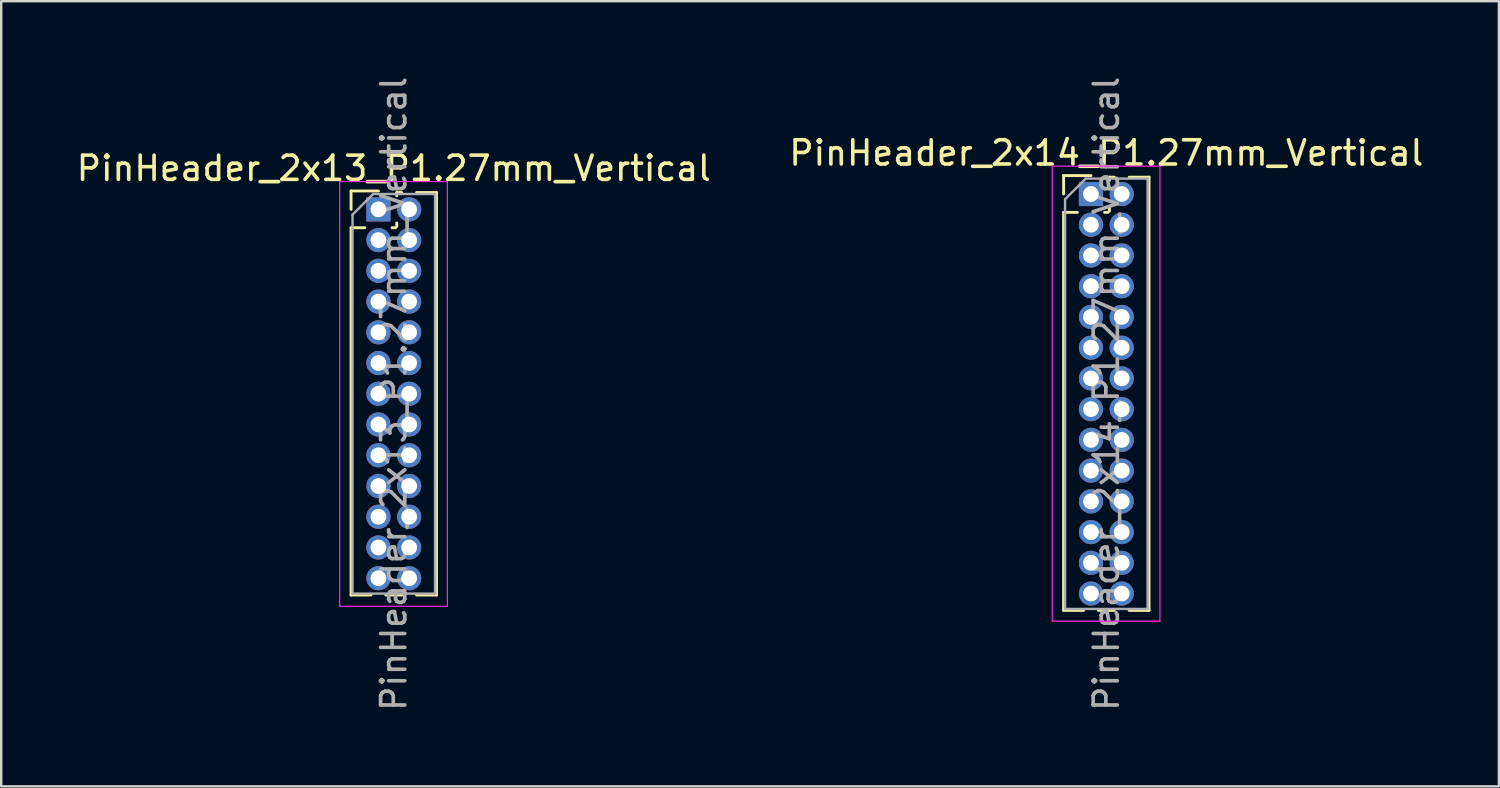
<source format=kicad_pcb>
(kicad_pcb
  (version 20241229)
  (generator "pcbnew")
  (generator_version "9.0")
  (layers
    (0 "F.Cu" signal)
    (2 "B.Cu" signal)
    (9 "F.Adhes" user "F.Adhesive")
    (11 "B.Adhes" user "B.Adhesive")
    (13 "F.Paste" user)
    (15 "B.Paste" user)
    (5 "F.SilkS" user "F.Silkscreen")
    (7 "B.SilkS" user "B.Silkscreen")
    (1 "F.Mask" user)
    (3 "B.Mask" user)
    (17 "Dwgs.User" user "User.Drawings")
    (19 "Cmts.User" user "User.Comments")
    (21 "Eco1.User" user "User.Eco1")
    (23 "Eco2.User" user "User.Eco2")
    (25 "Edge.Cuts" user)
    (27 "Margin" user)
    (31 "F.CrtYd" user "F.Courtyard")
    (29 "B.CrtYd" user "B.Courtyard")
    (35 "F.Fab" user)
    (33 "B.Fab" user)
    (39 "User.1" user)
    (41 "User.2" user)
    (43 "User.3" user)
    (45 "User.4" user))
  (footprint "PinHeader_2x13_P1.27mm_Vertical"
    (layer "F.Cu")
    (at 12.585 5.6)
    (property "Reference" "PinHeader_2x13_P1.27mm_Vertical" (at 0.635 -1.695 0) (layer "F.SilkS") (effects (font (size 1 1) (thickness 0.15))))
    (attr through_hole)
    (fp_line (start -1.13 -0.76) (end 0 -0.76) (stroke (width 0.12) (type solid)) (layer "F.SilkS"))
    (fp_line (start -1.13 0) (end -1.13 -0.76) (stroke (width 0.12) (type solid)) (layer "F.SilkS"))
    (fp_line (start -1.13 0.76) (end -1.13 15.935) (stroke (width 0.12) (type solid)) (layer "F.SilkS"))
    (fp_line (start -1.13 0.76) (end -0.563 0.76) (stroke (width 0.12) (type solid)) (layer "F.SilkS"))
    (fp_line (start -1.13 15.935) (end -0.308 15.935) (stroke (width 0.12) (type solid)) (layer "F.SilkS"))
    (fp_line (start 0.308 15.935) (end 0.962 15.935) (stroke (width 0.12) (type solid)) (layer "F.SilkS"))
    (fp_line (start 0.563 0.76) (end 0.707 0.76) (stroke (width 0.12) (type solid)) (layer "F.SilkS"))
    (fp_line (start 0.76 -0.695) (end 0.962 -0.695) (stroke (width 0.12) (type solid)) (layer "F.SilkS"))
    (fp_line (start 0.76 -0.563) (end 0.76 -0.695) (stroke (width 0.12) (type solid)) (layer "F.SilkS"))
    (fp_line (start 0.76 0.707) (end 0.76 0.563) (stroke (width 0.12) (type solid)) (layer "F.SilkS"))
    (fp_line (start 1.578 -0.695) (end 2.4 -0.695) (stroke (width 0.12) (type solid)) (layer "F.SilkS"))
    (fp_line (start 1.578 15.935) (end 2.4 15.935) (stroke (width 0.12) (type solid)) (layer "F.SilkS"))
    (fp_line (start 2.4 -0.695) (end 2.4 15.935) (stroke (width 0.12) (type solid)) (layer "F.SilkS"))
    (fp_line (start -1.6 -1.15) (end -1.6 16.4) (stroke (width 0.05) (type solid)) (layer "F.CrtYd"))
    (fp_line (start -1.6 16.4) (end 2.85 16.4) (stroke (width 0.05) (type solid)) (layer "F.CrtYd"))
    (fp_line (start 2.85 -1.15) (end -1.6 -1.15) (stroke (width 0.05) (type solid)) (layer "F.CrtYd"))
    (fp_line (start 2.85 16.4) (end 2.85 -1.15) (stroke (width 0.05) (type solid)) (layer "F.CrtYd"))
    (fp_line (start -1.07 0.217) (end -0.217 -0.635) (stroke (width 0.1) (type solid)) (layer "F.Fab"))
    (fp_line (start -1.07 15.875) (end -1.07 0.217) (stroke (width 0.1) (type solid)) (layer "F.Fab"))
    (fp_line (start -0.217 -0.635) (end 2.34 -0.635) (stroke (width 0.1) (type solid)) (layer "F.Fab"))
    (fp_line (start 2.34 -0.635) (end 2.34 15.875) (stroke (width 0.1) (type solid)) (layer "F.Fab"))
    (fp_line (start 2.34 15.875) (end -1.07 15.875) (stroke (width 0.1) (type solid)) (layer "F.Fab"))
    (fp_text user "${REFERENCE}" (at 0.635 7.62 90) (layer "F.Fab") (effects (font (size 1 1) (thickness 0.15))))
    (pad "1" thru_hole rect (at 0 0) (size 1 1) (drill 0.65) (layers "*.Cu" "*.Mask"))
    (pad "2" thru_hole oval (at 1.27 0) (size 1 1) (drill 0.65) (layers "*.Cu" "*.Mask"))
    (pad "3" thru_hole oval (at 0 1.27) (size 1 1) (drill 0.65) (layers "*.Cu" "*.Mask"))
    (pad "4" thru_hole oval (at 1.27 1.27) (size 1 1) (drill 0.65) (layers "*.Cu" "*.Mask"))
    (pad "5" thru_hole oval (at 0 2.54) (size 1 1) (drill 0.65) (layers "*.Cu" "*.Mask"))
    (pad "6" thru_hole oval (at 1.27 2.54) (size 1 1) (drill 0.65) (layers "*.Cu" "*.Mask"))
    (pad "7" thru_hole oval (at 0 3.81) (size 1 1) (drill 0.65) (layers "*.Cu" "*.Mask"))
    (pad "8" thru_hole oval (at 1.27 3.81) (size 1 1) (drill 0.65) (layers "*.Cu" "*.Mask"))
    (pad "9" thru_hole oval (at 0 5.08) (size 1 1) (drill 0.65) (layers "*.Cu" "*.Mask"))
    (pad "10" thru_hole oval (at 1.27 5.08) (size 1 1) (drill 0.65) (layers "*.Cu" "*.Mask"))
    (pad "11" thru_hole oval (at 0 6.35) (size 1 1) (drill 0.65) (layers "*.Cu" "*.Mask"))
    (pad "12" thru_hole oval (at 1.27 6.35) (size 1 1) (drill 0.65) (layers "*.Cu" "*.Mask"))
    (pad "13" thru_hole oval (at 0 7.62) (size 1 1) (drill 0.65) (layers "*.Cu" "*.Mask"))
    (pad "14" thru_hole oval (at 1.27 7.62) (size 1 1) (drill 0.65) (layers "*.Cu" "*.Mask"))
    (pad "15" thru_hole oval (at 0 8.89) (size 1 1) (drill 0.65) (layers "*.Cu" "*.Mask"))
    (pad "16" thru_hole oval (at 1.27 8.89) (size 1 1) (drill 0.65) (layers "*.Cu" "*.Mask"))
    (pad "17" thru_hole oval (at 0 10.16) (size 1 1) (drill 0.65) (layers "*.Cu" "*.Mask"))
    (pad "18" thru_hole oval (at 1.27 10.16) (size 1 1) (drill 0.65) (layers "*.Cu" "*.Mask"))
    (pad "19" thru_hole oval (at 0 11.43) (size 1 1) (drill 0.65) (layers "*.Cu" "*.Mask"))
    (pad "20" thru_hole oval (at 1.27 11.43) (size 1 1) (drill 0.65) (layers "*.Cu" "*.Mask"))
    (pad "21" thru_hole oval (at 0 12.7) (size 1 1) (drill 0.65) (layers "*.Cu" "*.Mask"))
    (pad "22" thru_hole oval (at 1.27 12.7) (size 1 1) (drill 0.65) (layers "*.Cu" "*.Mask"))
    (pad "23" thru_hole oval (at 0 13.97) (size 1 1) (drill 0.65) (layers "*.Cu" "*.Mask"))
    (pad "24" thru_hole oval (at 1.27 13.97) (size 1 1) (drill 0.65) (layers "*.Cu" "*.Mask"))
    (pad "25" thru_hole oval (at 0 15.24) (size 1 1) (drill 0.65) (layers "*.Cu" "*.Mask"))
    (pad "26" thru_hole oval (at 1.27 15.24) (size 1 1) (drill 0.65) (layers "*.Cu" "*.Mask")))
  (footprint "PinHeader_2x14_P1.27mm_Vertical"
    (layer "F.Cu")
    (at 42.026 4.965)
    (property "Reference" "PinHeader_2x14_P1.27mm_Vertical" (at 0.635 -1.695 0) (layer "F.SilkS") (effects (font (size 1 1) (thickness 0.15))))
    (attr through_hole)
    (fp_line (start -1.13 -0.76) (end 0 -0.76) (stroke (width 0.12) (type solid)) (layer "F.SilkS"))
    (fp_line (start -1.13 0) (end -1.13 -0.76) (stroke (width 0.12) (type solid)) (layer "F.SilkS"))
    (fp_line (start -1.13 0.76) (end -1.13 17.205) (stroke (width 0.12) (type solid)) (layer "F.SilkS"))
    (fp_line (start -1.13 0.76) (end -0.563 0.76) (stroke (width 0.12) (type solid)) (layer "F.SilkS"))
    (fp_line (start -1.13 17.205) (end -0.308 17.205) (stroke (width 0.12) (type solid)) (layer "F.SilkS"))
    (fp_line (start 0.308 17.205) (end 0.962 17.205) (stroke (width 0.12) (type solid)) (layer "F.SilkS"))
    (fp_line (start 0.563 0.76) (end 0.707 0.76) (stroke (width 0.12) (type solid)) (layer "F.SilkS"))
    (fp_line (start 0.76 -0.695) (end 0.962 -0.695) (stroke (width 0.12) (type solid)) (layer "F.SilkS"))
    (fp_line (start 0.76 -0.563) (end 0.76 -0.695) (stroke (width 0.12) (type solid)) (layer "F.SilkS"))
    (fp_line (start 0.76 0.707) (end 0.76 0.563) (stroke (width 0.12) (type solid)) (layer "F.SilkS"))
    (fp_line (start 1.578 -0.695) (end 2.4 -0.695) (stroke (width 0.12) (type solid)) (layer "F.SilkS"))
    (fp_line (start 1.578 17.205) (end 2.4 17.205) (stroke (width 0.12) (type solid)) (layer "F.SilkS"))
    (fp_line (start 2.4 -0.695) (end 2.4 17.205) (stroke (width 0.12) (type solid)) (layer "F.SilkS"))
    (fp_line (start -1.6 -1.15) (end -1.6 17.65) (stroke (width 0.05) (type solid)) (layer "F.CrtYd"))
    (fp_line (start -1.6 17.65) (end 2.85 17.65) (stroke (width 0.05) (type solid)) (layer "F.CrtYd"))
    (fp_line (start 2.85 -1.15) (end -1.6 -1.15) (stroke (width 0.05) (type solid)) (layer "F.CrtYd"))
    (fp_line (start 2.85 17.65) (end 2.85 -1.15) (stroke (width 0.05) (type solid)) (layer "F.CrtYd"))
    (fp_line (start -1.07 0.217) (end -0.217 -0.635) (stroke (width 0.1) (type solid)) (layer "F.Fab"))
    (fp_line (start -1.07 17.145) (end -1.07 0.217) (stroke (width 0.1) (type solid)) (layer "F.Fab"))
    (fp_line (start -0.217 -0.635) (end 2.34 -0.635) (stroke (width 0.1) (type solid)) (layer "F.Fab"))
    (fp_line (start 2.34 -0.635) (end 2.34 17.145) (stroke (width 0.1) (type solid)) (layer "F.Fab"))
    (fp_line (start 2.34 17.145) (end -1.07 17.145) (stroke (width 0.1) (type solid)) (layer "F.Fab"))
    (fp_text user "${REFERENCE}" (at 0.635 8.255 90) (layer "F.Fab") (effects (font (size 1 1) (thickness 0.15))))
    (pad "1" thru_hole rect (at 0 0) (size 1 1) (drill 0.65) (layers "*.Cu" "*.Mask"))
    (pad "2" thru_hole oval (at 1.27 0) (size 1 1) (drill 0.65) (layers "*.Cu" "*.Mask"))
    (pad "3" thru_hole oval (at 0 1.27) (size 1 1) (drill 0.65) (layers "*.Cu" "*.Mask"))
    (pad "4" thru_hole oval (at 1.27 1.27) (size 1 1) (drill 0.65) (layers "*.Cu" "*.Mask"))
    (pad "5" thru_hole oval (at 0 2.54) (size 1 1) (drill 0.65) (layers "*.Cu" "*.Mask"))
    (pad "6" thru_hole oval (at 1.27 2.54) (size 1 1) (drill 0.65) (layers "*.Cu" "*.Mask"))
    (pad "7" thru_hole oval (at 0 3.81) (size 1 1) (drill 0.65) (layers "*.Cu" "*.Mask"))
    (pad "8" thru_hole oval (at 1.27 3.81) (size 1 1) (drill 0.65) (layers "*.Cu" "*.Mask"))
    (pad "9" thru_hole oval (at 0 5.08) (size 1 1) (drill 0.65) (layers "*.Cu" "*.Mask"))
    (pad "10" thru_hole oval (at 1.27 5.08) (size 1 1) (drill 0.65) (layers "*.Cu" "*.Mask"))
    (pad "11" thru_hole oval (at 0 6.35) (size 1 1) (drill 0.65) (layers "*.Cu" "*.Mask"))
    (pad "12" thru_hole oval (at 1.27 6.35) (size 1 1) (drill 0.65) (layers "*.Cu" "*.Mask"))
    (pad "13" thru_hole oval (at 0 7.62) (size 1 1) (drill 0.65) (layers "*.Cu" "*.Mask"))
    (pad "14" thru_hole oval (at 1.27 7.62) (size 1 1) (drill 0.65) (layers "*.Cu" "*.Mask"))
    (pad "15" thru_hole oval (at 0 8.89) (size 1 1) (drill 0.65) (layers "*.Cu" "*.Mask"))
    (pad "16" thru_hole oval (at 1.27 8.89) (size 1 1) (drill 0.65) (layers "*.Cu" "*.Mask"))
    (pad "17" thru_hole oval (at 0 10.16) (size 1 1) (drill 0.65) (layers "*.Cu" "*.Mask"))
    (pad "18" thru_hole oval (at 1.27 10.16) (size 1 1) (drill 0.65) (layers "*.Cu" "*.Mask"))
    (pad "19" thru_hole oval (at 0 11.43) (size 1 1) (drill 0.65) (layers "*.Cu" "*.Mask"))
    (pad "20" thru_hole oval (at 1.27 11.43) (size 1 1) (drill 0.65) (layers "*.Cu" "*.Mask"))
    (pad "21" thru_hole oval (at 0 12.7) (size 1 1) (drill 0.65) (layers "*.Cu" "*.Mask"))
    (pad "22" thru_hole oval (at 1.27 12.7) (size 1 1) (drill 0.65) (layers "*.Cu" "*.Mask"))
    (pad "23" thru_hole oval (at 0 13.97) (size 1 1) (drill 0.65) (layers "*.Cu" "*.Mask"))
    (pad "24" thru_hole oval (at 1.27 13.97) (size 1 1) (drill 0.65) (layers "*.Cu" "*.Mask"))
    (pad "25" thru_hole oval (at 0 15.24) (size 1 1) (drill 0.65) (layers "*.Cu" "*.Mask"))
    (pad "26" thru_hole oval (at 1.27 15.24) (size 1 1) (drill 0.65) (layers "*.Cu" "*.Mask"))
    (pad "27" thru_hole oval (at 0 16.51) (size 1 1) (drill 0.65) (layers "*.Cu" "*.Mask"))
    (pad "28" thru_hole oval (at 1.27 16.51) (size 1 1) (drill 0.65) (layers "*.Cu" "*.Mask")))
  (gr_rect
    (start -3 -3)
    (end 58.881 29.44)
    (stroke (width 0.1) (type default))
    (fill no)
    (layer "Edge.Cuts")))
</source>
